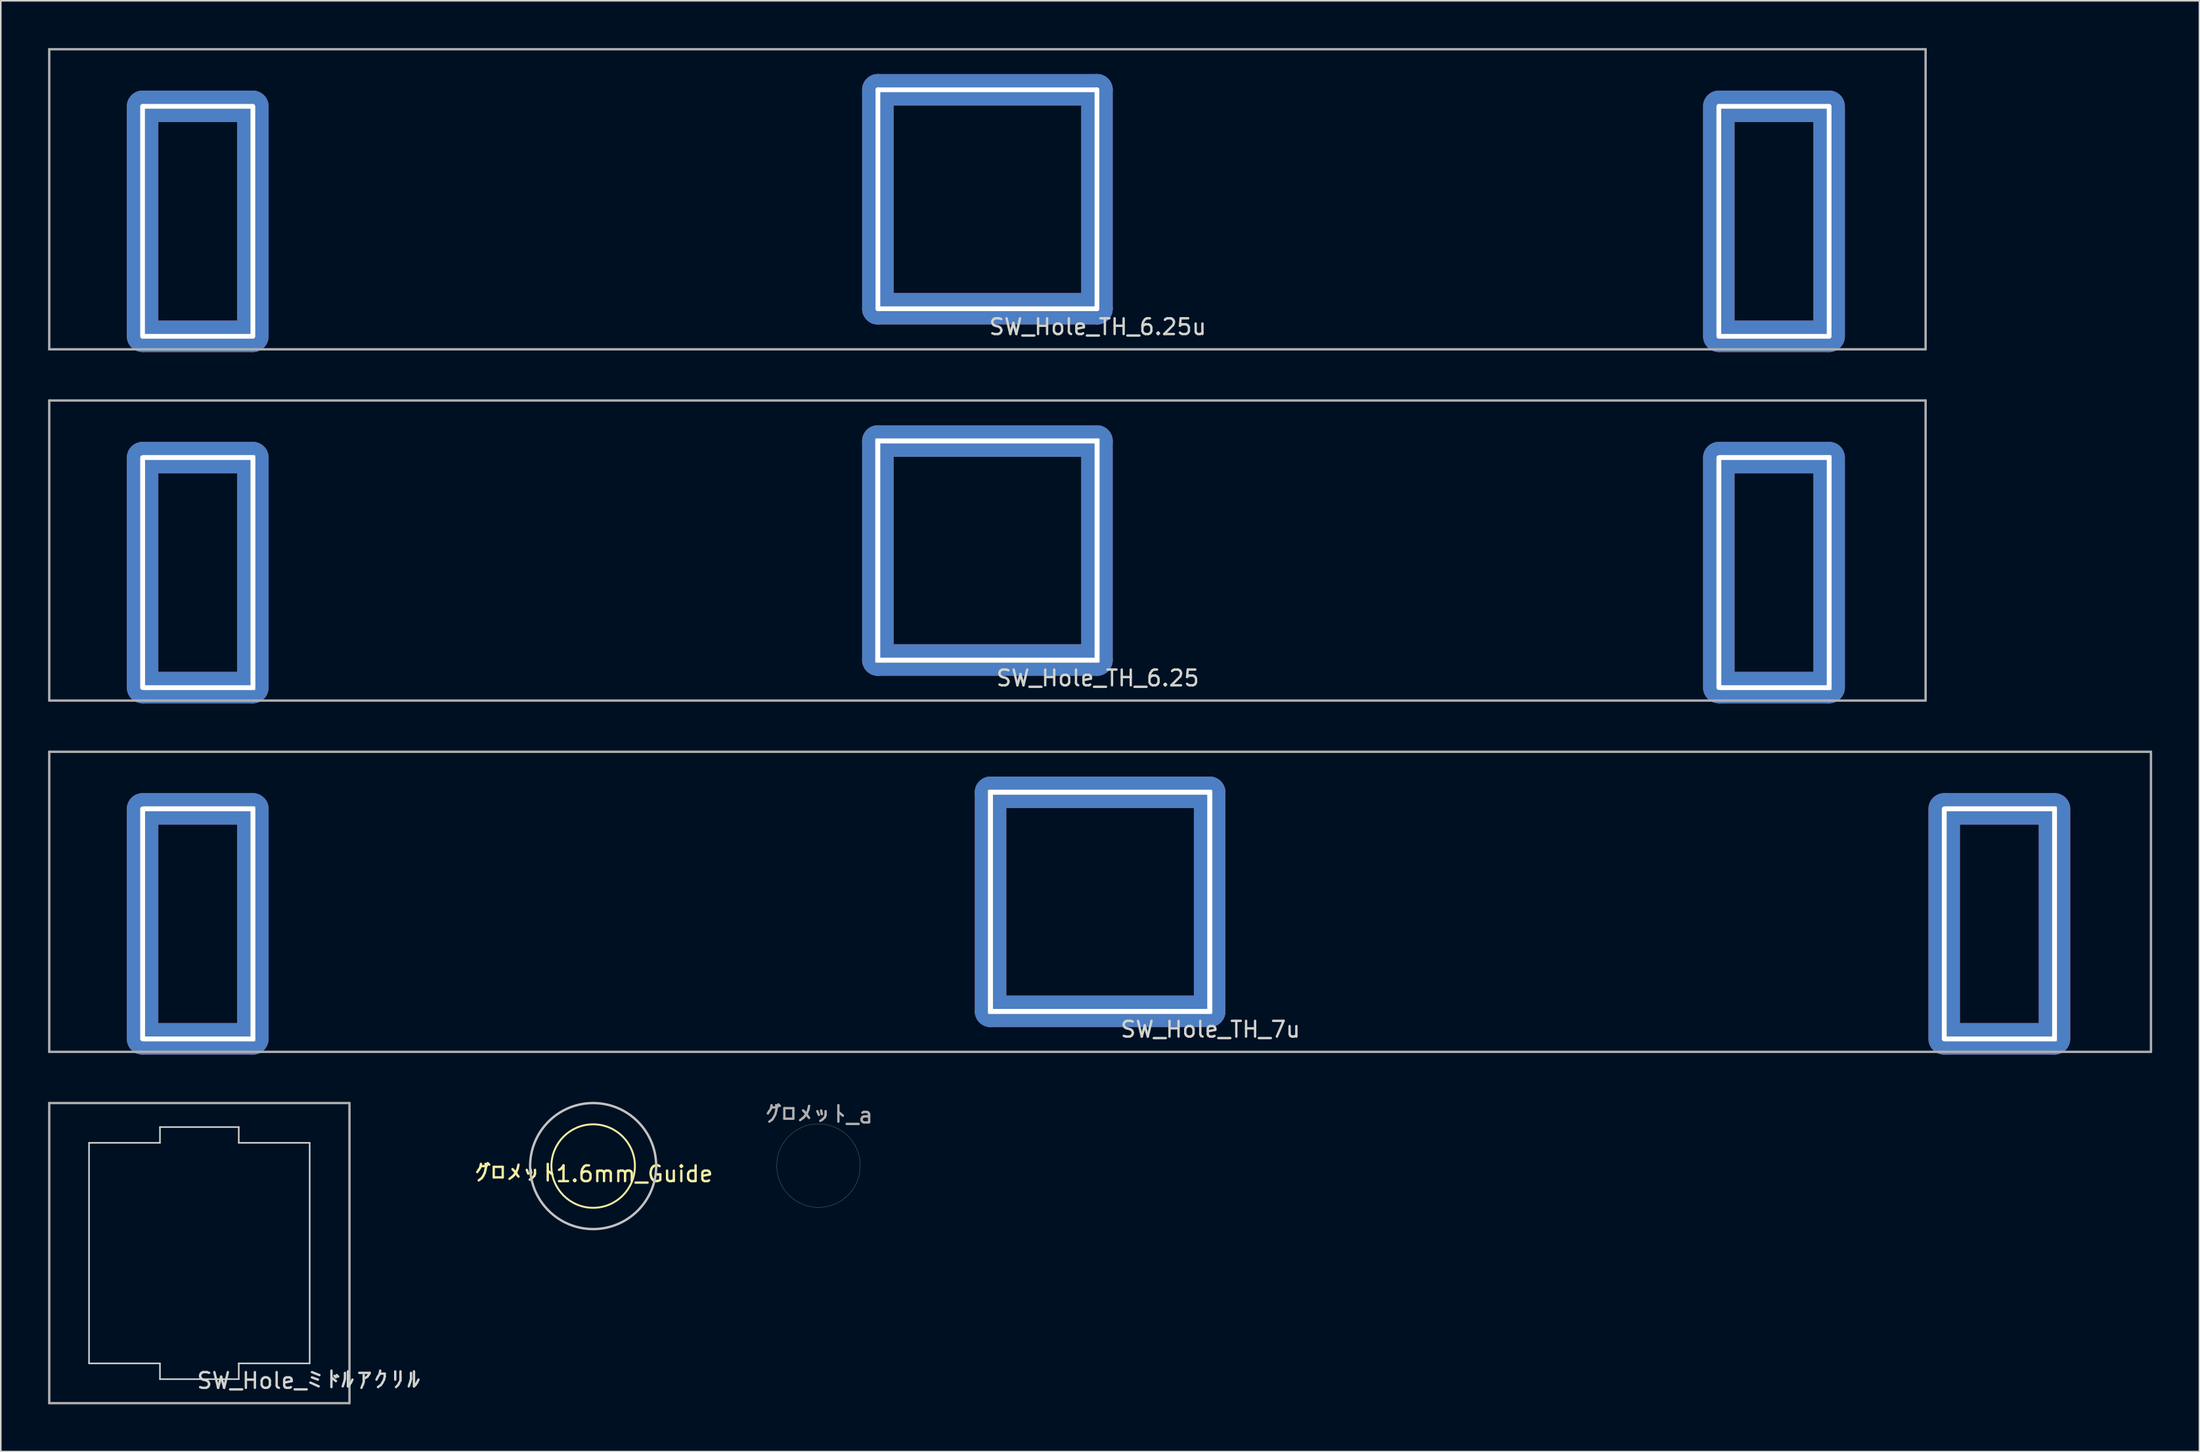
<source format=kicad_pcb>
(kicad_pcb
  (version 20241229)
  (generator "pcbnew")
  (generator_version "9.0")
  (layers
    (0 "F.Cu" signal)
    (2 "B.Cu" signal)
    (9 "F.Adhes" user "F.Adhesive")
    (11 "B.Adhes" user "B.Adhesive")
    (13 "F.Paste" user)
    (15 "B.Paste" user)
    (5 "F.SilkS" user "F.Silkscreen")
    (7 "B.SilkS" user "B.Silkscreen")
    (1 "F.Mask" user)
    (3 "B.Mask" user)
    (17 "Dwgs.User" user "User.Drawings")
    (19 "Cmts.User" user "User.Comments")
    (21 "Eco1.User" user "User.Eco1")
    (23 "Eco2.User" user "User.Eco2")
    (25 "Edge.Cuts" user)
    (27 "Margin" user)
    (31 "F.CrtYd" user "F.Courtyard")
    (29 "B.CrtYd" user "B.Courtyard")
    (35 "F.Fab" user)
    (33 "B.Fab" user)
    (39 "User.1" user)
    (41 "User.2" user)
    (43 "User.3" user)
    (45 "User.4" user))
  (footprint "グロメット_a"
    (layer "F.Cu")
    (at 48.886 70.948)
    (property "Reference" "グロメット_a" (at 0 -3.2 0) (layer "F.Fab") (effects (font (size 1 1) (thickness 0.15))))
    (attr exclude_from_pos_files exclude_from_bom)
    (fp_circle (center 0 0) (end 2.65 0) (stroke (width 0.01) (type solid)) (fill no) (layer "Edge.Cuts")))
  (footprint "グロメット1.6mm_Guide"
    (layer "F.Cu")
    (at 34.588 70.975)
    (property "Reference" "グロメット1.6mm_Guide" (at 0 0.5 0) (layer "F.SilkS") (effects (font (size 1 1) (thickness 0.15))))
    (attr through_hole)
    (fp_circle (center 0 0) (end 2.65 0) (stroke (width 0.12) (type solid)) (fill no) (layer "F.SilkS"))
    (fp_circle (center 0 0) (end 4 0) (stroke (width 0.15) (type solid)) (fill no) (layer "Dwgs.User")))
  (footprint "SW_Hole_TH_7u"
    (layer "F.Cu")
    (at 66.756 54.2)
    (property "Reference" "SW_Hole_TH_7u" (at 7 8.1 0) (layer "Edge.Cuts") (effects (font (size 1 1) (thickness 0.15))))
    (attr through_hole)
    (fp_line (start -60.66 -6) (end -53.66 -6) (stroke (width 0.12) (type solid)) (layer "Edge.Cuts"))
    (fp_line (start -60.66 8.8) (end -60.66 -6) (stroke (width 0.12) (type solid)) (layer "Edge.Cuts"))
    (fp_line (start -53.66 -6) (end -53.66 8.8) (stroke (width 0.12) (type solid)) (layer "Edge.Cuts"))
    (fp_line (start -53.66 8.8) (end -60.66 8.8) (stroke (width 0.12) (type solid)) (layer "Edge.Cuts"))
    (fp_line (start -7.05 -7.05) (end 7.05 -7.05) (stroke (width 0.15) (type solid)) (layer "Edge.Cuts"))
    (fp_line (start -7.05 7.05) (end -7.05 -7.05) (stroke (width 0.15) (type solid)) (layer "Edge.Cuts"))
    (fp_line (start 7.05 -7.05) (end 7.05 7.05) (stroke (width 0.15) (type solid)) (layer "Edge.Cuts"))
    (fp_line (start 7.05 7.05) (end -7.05 7.05) (stroke (width 0.15) (type solid)) (layer "Edge.Cuts"))
    (fp_line (start 53.66 -6) (end 53.66 8.8) (stroke (width 0.12) (type solid)) (layer "Edge.Cuts"))
    (fp_line (start 53.66 8.8) (end 60.66 8.8) (stroke (width 0.12) (type solid)) (layer "Edge.Cuts"))
    (fp_line (start 60.66 -6) (end 53.66 -6) (stroke (width 0.12) (type solid)) (layer "Edge.Cuts"))
    (fp_line (start 60.66 8.8) (end 60.66 -6) (stroke (width 0.12) (type solid)) (layer "Edge.Cuts"))
    (fp_line (start -66.681 -9.525) (end -66.681 9.525) (stroke (width 0.15) (type solid)) (layer "F.Fab"))
    (fp_line (start -66.681 9.525) (end 66.681 9.525) (stroke (width 0.15) (type solid)) (layer "F.Fab"))
    (fp_line (start 66.681 -9.525) (end -66.681 -9.525) (stroke (width 0.15) (type solid)) (layer "F.Fab"))
    (fp_line (start 66.681 9.525) (end 66.681 -9.525) (stroke (width 0.15) (type solid)) (layer "F.Fab"))
    (pad "1" thru_hole oval (at -60.76 1.4) (size 2 16.6) (drill oval 0.3 14.9) (layers "*.Cu" "*.Mask"))
    (pad "1" thru_hole oval (at -57.26 -5.9 90) (size 2 8.8) (drill oval 0.3 7.2) (layers "*.Cu" "*.Mask"))
    (pad "1" thru_hole oval (at -57.26 8.7 90) (size 2 8.8) (drill oval 0.3 7.2) (layers "*.Cu" "*.Mask"))
    (pad "1" thru_hole oval (at -53.76 1.4) (size 2 16.6) (drill oval 0.3 14.9) (layers "*.Cu" "*.Mask"))
    (pad "1" thru_hole oval (at -6.95 0) (size 2 15.9) (drill oval 0.3 14.2) (layers "*.Cu" "*.Mask"))
    (pad "1" thru_hole oval (at 0 -6.95 90) (size 2 15.9) (drill oval 0.3 14.2) (layers "*.Cu" "*.Mask"))
    (pad "1" thru_hole oval (at 0 6.95 90) (size 2 15.9) (drill oval 0.3 14.2) (layers "*.Cu" "*.Mask"))
    (pad "1" thru_hole oval (at 6.95 0) (size 2 15.9) (drill oval 0.3 14.2) (layers "*.Cu" "*.Mask"))
    (pad "1" thru_hole oval (at 53.56 1.4) (size 2 16.6) (drill oval 0.3 14.9) (layers "*.Cu" "*.Mask"))
    (pad "1" thru_hole oval (at 57.06 -5.9 90) (size 2 8.8) (drill oval 0.3 7.2) (layers "*.Cu" "*.Mask"))
    (pad "1" thru_hole oval (at 57.06 8.7 90) (size 2 8.8) (drill oval 0.3 7.2) (layers "*.Cu" "*.Mask"))
    (pad "1" thru_hole oval (at 60.56 1.4) (size 2 16.6) (drill oval 0.3 14.9) (layers "*.Cu" "*.Mask")))
  (footprint "SW_Hole_ミドルアクリル"
    (layer "F.Cu")
    (at 9.6 76.5)
    (property "Reference" "SW_Hole_ミドルアクリル" (at 7 8.1 0) (layer "Edge.Cuts") (effects (font (size 1 1) (thickness 0.15))))
    (attr through_hole)
    (fp_line (start -7 -7) (end -2.5 -7) (stroke (width 0.1) (type solid)) (layer "Edge.Cuts"))
    (fp_line (start -7 7) (end -7 -7) (stroke (width 0.1) (type solid)) (layer "Edge.Cuts"))
    (fp_line (start -2.5 -8) (end -2.5 -7) (stroke (width 0.1) (type solid)) (layer "Edge.Cuts"))
    (fp_line (start -2.5 7) (end -7 7) (stroke (width 0.1) (type solid)) (layer "Edge.Cuts"))
    (fp_line (start -2.5 7) (end -2.5 8) (stroke (width 0.1) (type solid)) (layer "Edge.Cuts"))
    (fp_line (start 2.5 -8) (end -2.5 -8) (stroke (width 0.1) (type solid)) (layer "Edge.Cuts"))
    (fp_line (start 2.5 -8) (end 2.5 -7) (stroke (width 0.1) (type solid)) (layer "Edge.Cuts"))
    (fp_line (start 2.5 -7) (end 7 -7) (stroke (width 0.1) (type solid)) (layer "Edge.Cuts"))
    (fp_line (start 2.5 7) (end 2.5 8) (stroke (width 0.1) (type solid)) (layer "Edge.Cuts"))
    (fp_line (start 2.5 8) (end -2.5 8) (stroke (width 0.1) (type solid)) (layer "Edge.Cuts"))
    (fp_line (start 7 -7) (end 7 7) (stroke (width 0.1) (type solid)) (layer "Edge.Cuts"))
    (fp_line (start 7 7) (end 2.5 7) (stroke (width 0.1) (type solid)) (layer "Edge.Cuts"))
    (fp_line (start -9.525 -9.525) (end -9.525 9.525) (stroke (width 0.15) (type solid)) (layer "F.Fab"))
    (fp_line (start -9.525 9.525) (end 9.525 9.525) (stroke (width 0.15) (type solid)) (layer "F.Fab"))
    (fp_line (start 9.525 -9.525) (end -9.525 -9.525) (stroke (width 0.15) (type solid)) (layer "F.Fab"))
    (fp_line (start 9.525 9.525) (end 9.525 -9.525) (stroke (width 0.15) (type solid)) (layer "F.Fab")))
  (footprint "SW_Hole_TH_6.25"
    (layer "F.Cu")
    (at 59.606 31.9)
    (property "Reference" "SW_Hole_TH_6.25" (at 7 8.1 0) (layer "Edge.Cuts") (effects (font (size 1 1) (thickness 0.15))))
    (attr through_hole)
    (fp_line (start -53.51 -6) (end -46.51 -6) (stroke (width 0.12) (type solid)) (layer "Edge.Cuts"))
    (fp_line (start -53.51 8.8) (end -53.51 -6) (stroke (width 0.12) (type solid)) (layer "Edge.Cuts"))
    (fp_line (start -46.51 -6) (end -46.51 8.8) (stroke (width 0.12) (type solid)) (layer "Edge.Cuts"))
    (fp_line (start -46.51 8.8) (end -53.51 8.8) (stroke (width 0.12) (type solid)) (layer "Edge.Cuts"))
    (fp_line (start -7.05 -7.05) (end 7.05 -7.05) (stroke (width 0.15) (type solid)) (layer "Edge.Cuts"))
    (fp_line (start -7.05 7.05) (end -7.05 -7.05) (stroke (width 0.15) (type solid)) (layer "Edge.Cuts"))
    (fp_line (start 7.05 -7.05) (end 7.05 7.05) (stroke (width 0.15) (type solid)) (layer "Edge.Cuts"))
    (fp_line (start 7.05 7.05) (end -7.05 7.05) (stroke (width 0.15) (type solid)) (layer "Edge.Cuts"))
    (fp_line (start 46.51 -6) (end 46.51 8.8) (stroke (width 0.12) (type solid)) (layer "Edge.Cuts"))
    (fp_line (start 46.51 8.8) (end 53.51 8.8) (stroke (width 0.12) (type solid)) (layer "Edge.Cuts"))
    (fp_line (start 53.51 -6) (end 46.51 -6) (stroke (width 0.12) (type solid)) (layer "Edge.Cuts"))
    (fp_line (start 53.51 8.8) (end 53.51 -6) (stroke (width 0.12) (type solid)) (layer "Edge.Cuts"))
    (fp_line (start -59.531 -9.525) (end -59.531 9.525) (stroke (width 0.15) (type solid)) (layer "F.Fab"))
    (fp_line (start -59.531 9.525) (end 59.531 9.525) (stroke (width 0.15) (type solid)) (layer "F.Fab"))
    (fp_line (start 59.531 -9.525) (end -59.531 -9.525) (stroke (width 0.15) (type solid)) (layer "F.Fab"))
    (fp_line (start 59.531 9.525) (end 59.531 -9.525) (stroke (width 0.15) (type solid)) (layer "F.Fab"))
    (pad "1" thru_hole oval (at -53.61 1.4) (size 2 16.6) (drill oval 0.3 14.9) (layers "*.Cu" "*.Mask"))
    (pad "1" thru_hole oval (at -50.11 -5.9 90) (size 2 8.8) (drill oval 0.3 7.2) (layers "*.Cu" "*.Mask"))
    (pad "1" thru_hole oval (at -50.11 8.7 90) (size 2 8.8) (drill oval 0.3 7.2) (layers "*.Cu" "*.Mask"))
    (pad "1" thru_hole oval (at -46.61 1.4) (size 2 16.6) (drill oval 0.3 14.9) (layers "*.Cu" "*.Mask"))
    (pad "1" thru_hole oval (at -6.95 0) (size 2 15.9) (drill oval 0.3 14.2) (layers "*.Cu" "*.Mask"))
    (pad "1" thru_hole oval (at 0 -6.95 90) (size 2 15.9) (drill oval 0.3 14.2) (layers "*.Cu" "*.Mask"))
    (pad "1" thru_hole oval (at 0 6.95 90) (size 2 15.9) (drill oval 0.3 14.2) (layers "*.Cu" "*.Mask"))
    (pad "1" thru_hole oval (at 6.95 0) (size 2 15.9) (drill oval 0.3 14.2) (layers "*.Cu" "*.Mask"))
    (pad "1" thru_hole oval (at 46.41 1.4) (size 2 16.6) (drill oval 0.3 14.9) (layers "*.Cu" "*.Mask"))
    (pad "1" thru_hole oval (at 49.91 -5.9 90) (size 2 8.8) (drill oval 0.3 7.2) (layers "*.Cu" "*.Mask"))
    (pad "1" thru_hole oval (at 49.91 8.7 90) (size 2 8.8) (drill oval 0.3 7.2) (layers "*.Cu" "*.Mask"))
    (pad "1" thru_hole oval (at 53.41 1.4) (size 2 16.6) (drill oval 0.3 14.9) (layers "*.Cu" "*.Mask")))
  (footprint "SW_Hole_TH_6.25u"
    (layer "F.Cu")
    (at 59.606 9.6)
    (property "Reference" "SW_Hole_TH_6.25u" (at 7 8.1 0) (layer "Edge.Cuts") (effects (font (size 1 1) (thickness 0.15))))
    (attr through_hole)
    (fp_line (start -59.531 -9.525) (end -59.531 9.525) (stroke (width 0.15) (type solid)) (layer "F.Fab"))
    (fp_line (start -59.531 9.525) (end 59.531 9.525) (stroke (width 0.15) (type solid)) (layer "F.Fab"))
    (fp_line (start 59.531 -9.525) (end -59.531 -9.525) (stroke (width 0.15) (type solid)) (layer "F.Fab"))
    (fp_line (start 59.531 9.525) (end 59.531 -9.525) (stroke (width 0.15) (type solid)) (layer "F.Fab"))
    (pad "1" thru_hole oval (at -53.61 1.4) (size 2 16.6) (drill oval 0.3 14.9) (layers "*.Cu" "*.Mask"))
    (pad "1" thru_hole oval (at -50.11 -5.9 90) (size 2 8.8) (drill oval 0.3 7.2) (layers "*.Cu" "*.Mask"))
    (pad "1" thru_hole oval (at -50.11 8.7 90) (size 2 8.8) (drill oval 0.3 7.2) (layers "*.Cu" "*.Mask"))
    (pad "1" thru_hole oval (at -46.61 1.4) (size 2 16.6) (drill oval 0.3 14.9) (layers "*.Cu" "*.Mask"))
    (pad "1" thru_hole oval (at -6.95 0) (size 2 15.9) (drill oval 0.3 14.2) (layers "*.Cu" "*.Mask"))
    (pad "1" thru_hole oval (at 0 -6.95 90) (size 2 15.9) (drill oval 0.3 14.2) (layers "*.Cu" "*.Mask"))
    (pad "1" thru_hole oval (at 0 6.95 90) (size 2 15.9) (drill oval 0.3 14.2) (layers "*.Cu" "*.Mask"))
    (pad "1" thru_hole oval (at 6.95 0) (size 2 15.9) (drill oval 0.3 14.2) (layers "*.Cu" "*.Mask"))
    (pad "1" thru_hole oval (at 46.41 1.4) (size 2 16.6) (drill oval 0.3 14.9) (layers "*.Cu" "*.Mask"))
    (pad "1" thru_hole oval (at 49.91 -5.9 90) (size 2 8.8) (drill oval 0.3 7.2) (layers "*.Cu" "*.Mask"))
    (pad "1" thru_hole oval (at 49.91 8.7 90) (size 2 8.8) (drill oval 0.3 7.2) (layers "*.Cu" "*.Mask"))
    (pad "1" thru_hole oval (at 53.41 1.4) (size 2 16.6) (drill oval 0.3 14.9) (layers "*.Cu" "*.Mask")))
  (gr_rect
    (start -3 -3)
    (end 136.512 89.1)
    (stroke (width 0.1) (type default))
    (fill no)
    (layer "Edge.Cuts")))
</source>
